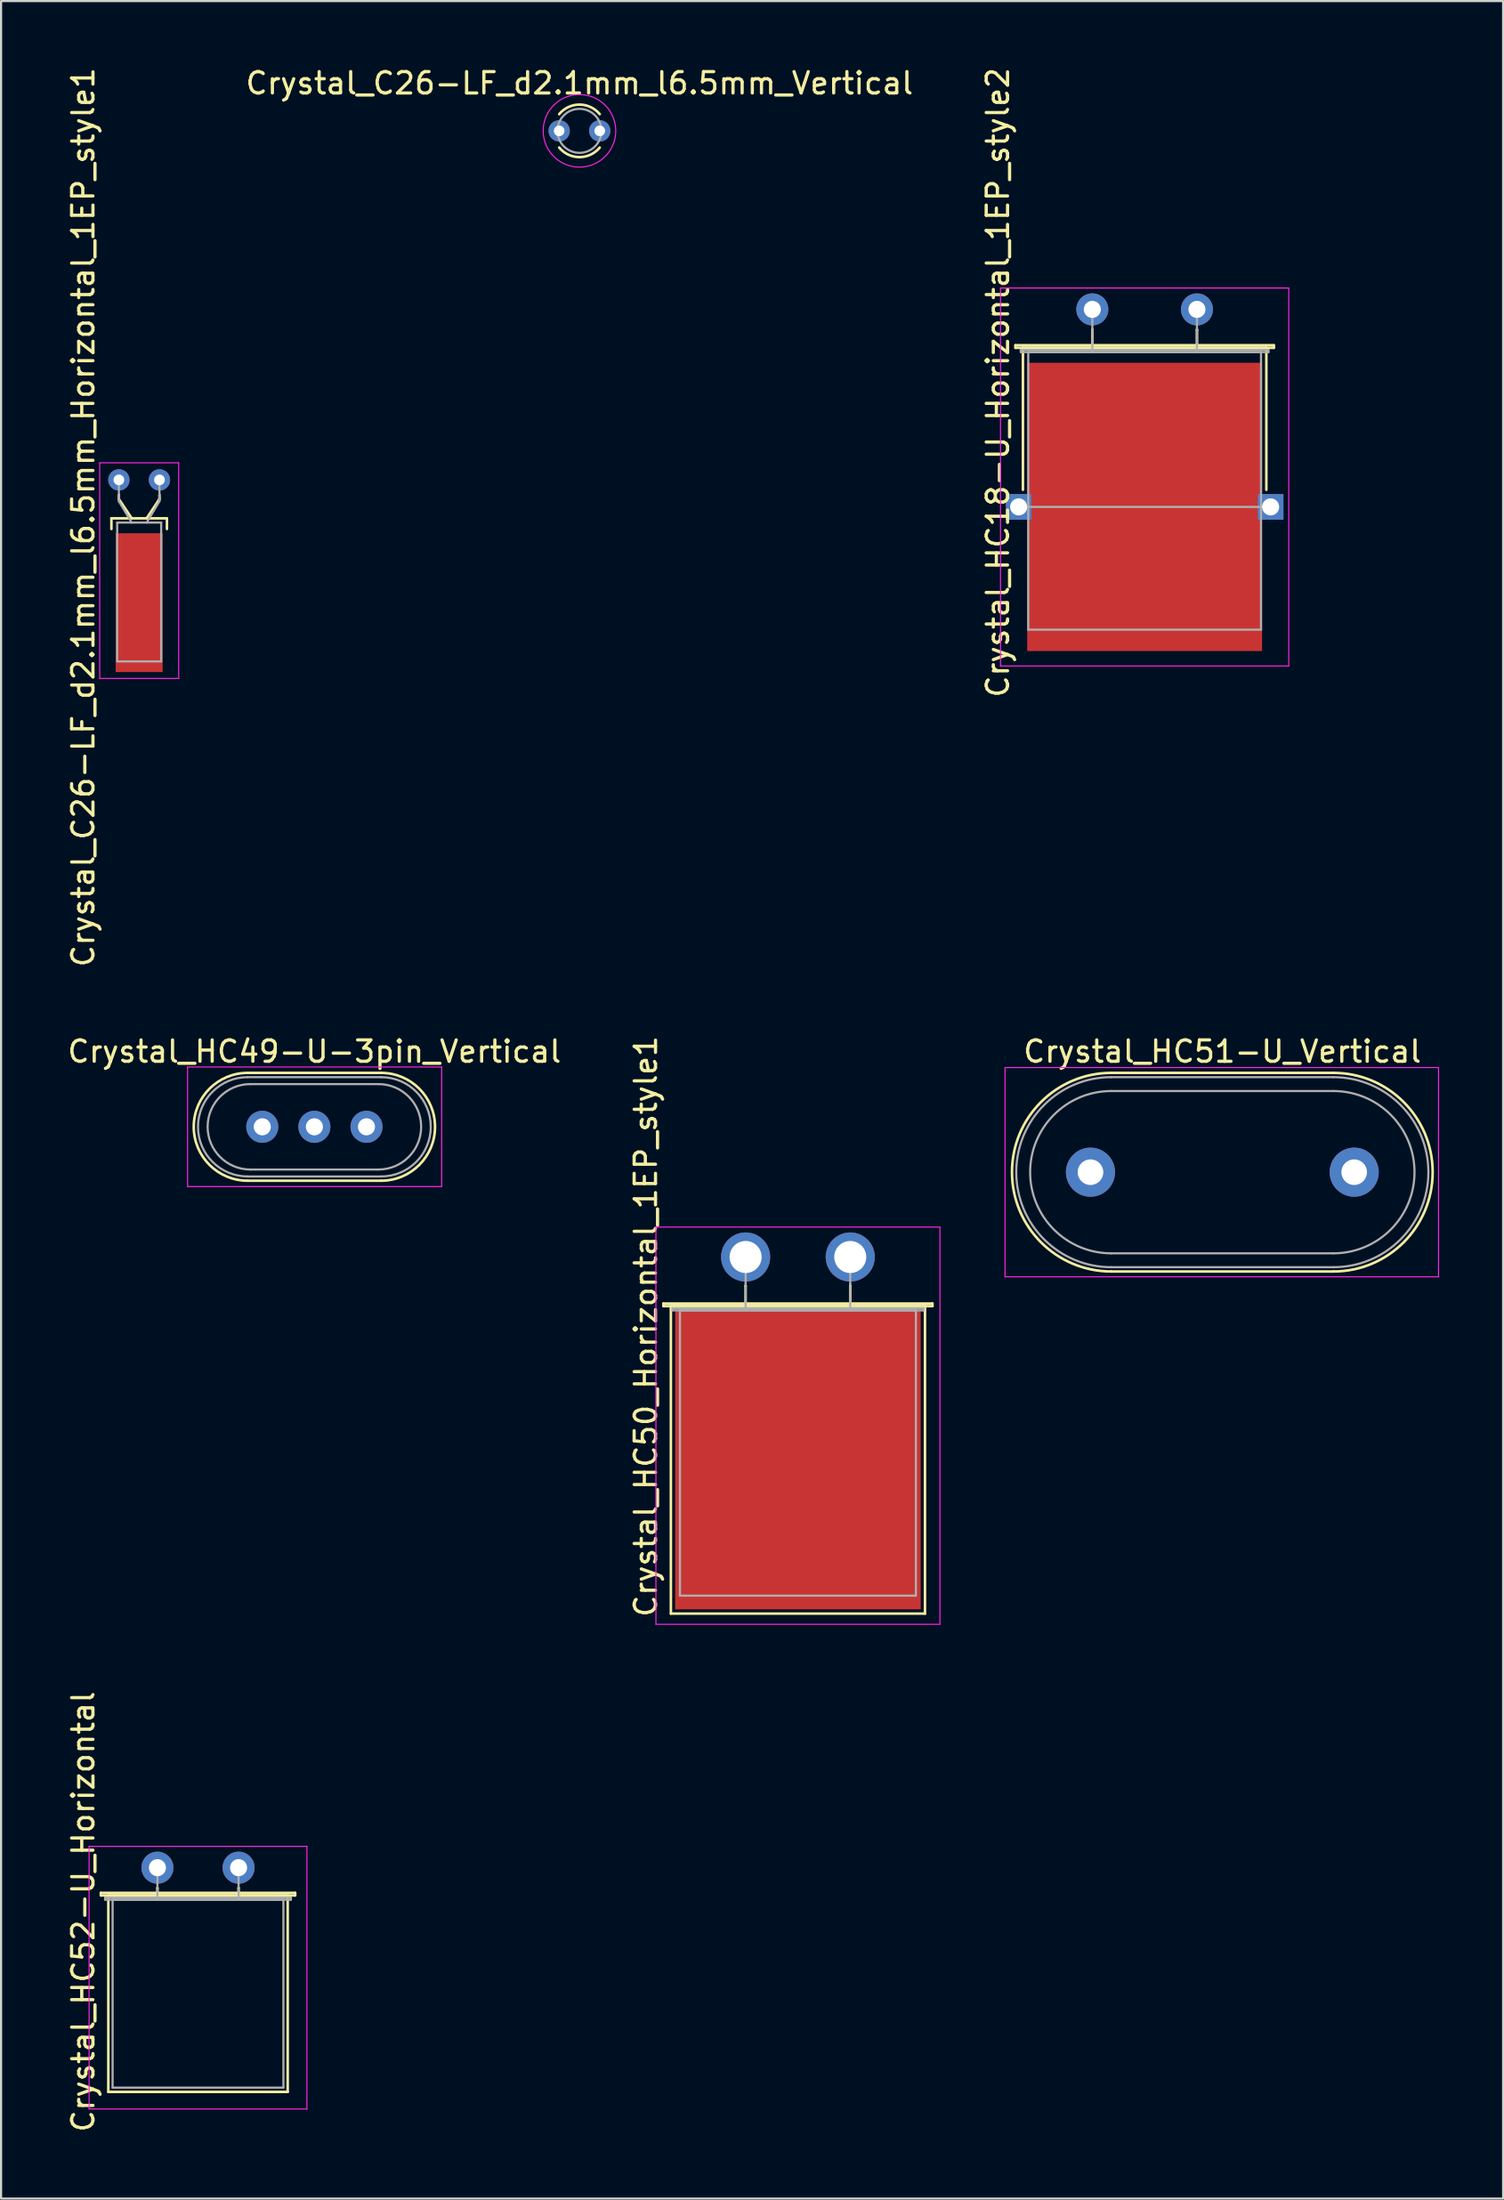
<source format=kicad_pcb>
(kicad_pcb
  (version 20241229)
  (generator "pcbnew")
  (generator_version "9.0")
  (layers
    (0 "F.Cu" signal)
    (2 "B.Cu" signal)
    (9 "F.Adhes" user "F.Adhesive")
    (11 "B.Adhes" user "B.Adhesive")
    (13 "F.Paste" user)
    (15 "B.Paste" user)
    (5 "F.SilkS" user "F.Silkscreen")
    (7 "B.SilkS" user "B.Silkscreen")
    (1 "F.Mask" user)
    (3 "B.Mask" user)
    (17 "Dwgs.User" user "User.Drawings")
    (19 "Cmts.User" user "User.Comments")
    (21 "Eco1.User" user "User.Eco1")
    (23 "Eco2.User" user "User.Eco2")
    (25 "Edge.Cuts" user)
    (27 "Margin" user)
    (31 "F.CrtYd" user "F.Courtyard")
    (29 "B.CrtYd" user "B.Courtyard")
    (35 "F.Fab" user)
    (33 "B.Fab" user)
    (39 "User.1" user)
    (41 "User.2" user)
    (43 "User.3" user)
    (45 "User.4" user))
  (footprint "Crystal_HC51-U_Vertical"
    (layer "F.Cu")
    (at 48.018 51.843)
    (property "Reference" "Crystal_HC51-U_Vertical" (at 6.175 -5.65 0) (layer "F.SilkS") (effects (font (size 1 1) (thickness 0.15))))
    (attr through_hole)
    (fp_line (start 0.975 -4.65) (end 11.375 -4.65) (stroke (width 0.12) (type solid)) (layer "F.SilkS"))
    (fp_line (start 0.975 4.65) (end 11.375 4.65) (stroke (width 0.12) (type solid)) (layer "F.SilkS"))
    (fp_arc (start 0.975 4.65) (mid -3.675 0) (end 0.975 -4.65) (stroke (width 0.12) (type solid)) (layer "F.SilkS"))
    (fp_arc (start 11.375 -4.65) (mid 16.025 0) (end 11.375 4.65) (stroke (width 0.12) (type solid)) (layer "F.SilkS"))
    (fp_line (start -4 -4.9) (end -4 4.9) (stroke (width 0.05) (type solid)) (layer "F.CrtYd"))
    (fp_line (start -4 4.9) (end 16.3 4.9) (stroke (width 0.05) (type solid)) (layer "F.CrtYd"))
    (fp_line (start 16.3 -4.9) (end -4 -4.9) (stroke (width 0.05) (type solid)) (layer "F.CrtYd"))
    (fp_line (start 16.3 4.9) (end 16.3 -4.9) (stroke (width 0.05) (type solid)) (layer "F.CrtYd"))
    (fp_line (start 0.975 -4.45) (end 11.375 -4.45) (stroke (width 0.1) (type solid)) (layer "F.Fab"))
    (fp_line (start 0.975 -3.8) (end 11.375 -3.8) (stroke (width 0.1) (type solid)) (layer "F.Fab"))
    (fp_line (start 0.975 3.8) (end 11.375 3.8) (stroke (width 0.1) (type solid)) (layer "F.Fab"))
    (fp_line (start 0.975 4.45) (end 11.375 4.45) (stroke (width 0.1) (type solid)) (layer "F.Fab"))
    (fp_arc (start 0.975 3.8) (mid -2.825 0) (end 0.975 -3.8) (stroke (width 0.1) (type solid)) (layer "F.Fab"))
    (fp_arc (start 0.975 4.45) (mid -3.475 0) (end 0.975 -4.45) (stroke (width 0.1) (type solid)) (layer "F.Fab"))
    (fp_arc (start 11.375 -4.45) (mid 15.825 0) (end 11.375 4.45) (stroke (width 0.1) (type solid)) (layer "F.Fab"))
    (fp_arc (start 11.375 -3.8) (mid 15.175 0) (end 11.375 3.8) (stroke (width 0.1) (type solid)) (layer "F.Fab"))
    (pad "1" thru_hole circle (at 0 0) (size 2.3 2.3) (drill 1.2) (layers "*.Cu" "*.Mask"))
    (pad "2" thru_hole circle (at 12.35 0) (size 2.3 2.3) (drill 1.2) (layers "*.Cu" "*.Mask")))
  (footprint "Crystal_C26-LF_d2.1mm_l6.5mm_Horizontal_1EP_style1"
    (layer "F.Cu")
    (at 2.518 19.423)
    (property "Reference" "Crystal_C26-LF_d2.1mm_l6.5mm_Horizontal_1EP_style1" (at -1.67 1.75 90) (layer "F.SilkS") (effects (font (size 1 1) (thickness 0.15))))
    (attr through_hole)
    (fp_line (start -0.35 1.8) (end 2.25 1.8) (stroke (width 0.12) (type solid)) (layer "F.SilkS"))
    (fp_line (start -0.35 2.3) (end -0.35 1.8) (stroke (width 0.12) (type solid)) (layer "F.SilkS"))
    (fp_line (start 0 0.9) (end 0 0.7) (stroke (width 0.12) (type solid)) (layer "F.SilkS"))
    (fp_line (start 0.6 1.8) (end 0 0.9) (stroke (width 0.12) (type solid)) (layer "F.SilkS"))
    (fp_line (start 1.3 1.8) (end 1.9 0.9) (stroke (width 0.12) (type solid)) (layer "F.SilkS"))
    (fp_line (start 1.9 0.9) (end 1.9 0.7) (stroke (width 0.12) (type solid)) (layer "F.SilkS"))
    (fp_line (start 2.25 1.8) (end 2.25 2.3) (stroke (width 0.12) (type solid)) (layer "F.SilkS"))
    (fp_line (start -0.9 -0.8) (end -0.9 9.3) (stroke (width 0.05) (type solid)) (layer "F.CrtYd"))
    (fp_line (start -0.9 9.3) (end 2.8 9.3) (stroke (width 0.05) (type solid)) (layer "F.CrtYd"))
    (fp_line (start 2.8 -0.8) (end -0.9 -0.8) (stroke (width 0.05) (type solid)) (layer "F.CrtYd"))
    (fp_line (start 2.8 9.3) (end 2.8 -0.8) (stroke (width 0.05) (type solid)) (layer "F.CrtYd"))
    (fp_line (start -0.08 2) (end -0.08 8.5) (stroke (width 0.1) (type solid)) (layer "F.Fab"))
    (fp_line (start -0.08 8.5) (end 1.98 8.5) (stroke (width 0.1) (type solid)) (layer "F.Fab"))
    (fp_line (start 0 1) (end 0 0) (stroke (width 0.1) (type solid)) (layer "F.Fab"))
    (fp_line (start 0.6 2) (end 0 1) (stroke (width 0.1) (type solid)) (layer "F.Fab"))
    (fp_line (start 1.3 2) (end 1.9 1) (stroke (width 0.1) (type solid)) (layer "F.Fab"))
    (fp_line (start 1.9 1) (end 1.9 0) (stroke (width 0.1) (type solid)) (layer "F.Fab"))
    (fp_line (start 1.98 2) (end -0.08 2) (stroke (width 0.1) (type solid)) (layer "F.Fab"))
    (fp_line (start 1.98 8.5) (end 1.98 2) (stroke (width 0.1) (type solid)) (layer "F.Fab"))
    (pad "1" thru_hole circle (at 0 0) (size 1 1) (drill 0.5) (layers "*.Cu" "*.Mask"))
    (pad "2" thru_hole circle (at 1.9 0) (size 1 1) (drill 0.5) (layers "*.Cu" "*.Mask"))
    (pad "3" smd rect (at 0.95 5.75) (size 2.2 6.5) (layers "F.Cu" "F.Mask")))
  (footprint "Crystal_HC52-U_Horizontal"
    (layer "F.Cu")
    (at 4.323 84.413)
    (property "Reference" "Crystal_HC52-U_Horizontal" (at -3.475 2.062 90) (layer "F.SilkS") (effects (font (size 1 1) (thickness 0.15))))
    (attr through_hole)
    (fp_line (start -2.65 1.18) (end 6.45 1.18) (stroke (width 0.12) (type solid)) (layer "F.SilkS"))
    (fp_line (start -2.65 1.3) (end -2.65 1.18) (stroke (width 0.12) (type solid)) (layer "F.SilkS"))
    (fp_line (start -2.3 1.3) (end -2.3 10.5) (stroke (width 0.12) (type solid)) (layer "F.SilkS"))
    (fp_line (start -2.3 10.5) (end 6.1 10.5) (stroke (width 0.12) (type solid)) (layer "F.SilkS"))
    (fp_line (start 0 0.95) (end 0 0.95) (stroke (width 0.12) (type solid)) (layer "F.SilkS"))
    (fp_line (start 0 1.3) (end 0 0.95) (stroke (width 0.12) (type solid)) (layer "F.SilkS"))
    (fp_line (start 3.8 0.95) (end 3.8 0.95) (stroke (width 0.12) (type solid)) (layer "F.SilkS"))
    (fp_line (start 3.8 1.3) (end 3.8 0.95) (stroke (width 0.12) (type solid)) (layer "F.SilkS"))
    (fp_line (start 6.1 1.3) (end -2.3 1.3) (stroke (width 0.12) (type solid)) (layer "F.SilkS"))
    (fp_line (start 6.1 10.5) (end 6.1 1.3) (stroke (width 0.12) (type solid)) (layer "F.SilkS"))
    (fp_line (start 6.45 1.18) (end 6.45 1.3) (stroke (width 0.12) (type solid)) (layer "F.SilkS"))
    (fp_line (start 6.45 1.3) (end -2.65 1.3) (stroke (width 0.12) (type solid)) (layer "F.SilkS"))
    (fp_line (start -3.2 -1) (end -3.2 11.3) (stroke (width 0.05) (type solid)) (layer "F.CrtYd"))
    (fp_line (start -3.2 11.3) (end 7 11.3) (stroke (width 0.05) (type solid)) (layer "F.CrtYd"))
    (fp_line (start 7 -1) (end -3.2 -1) (stroke (width 0.05) (type solid)) (layer "F.CrtYd"))
    (fp_line (start 7 11.3) (end 7 -1) (stroke (width 0.05) (type solid)) (layer "F.CrtYd"))
    (fp_line (start -2.45 1.4) (end 6.25 1.4) (stroke (width 0.1) (type solid)) (layer "F.Fab"))
    (fp_line (start -2.45 1.5) (end -2.45 1.4) (stroke (width 0.1) (type solid)) (layer "F.Fab"))
    (fp_line (start -2.1 1.5) (end -2.1 10.3) (stroke (width 0.1) (type solid)) (layer "F.Fab"))
    (fp_line (start -2.1 10.3) (end 5.9 10.3) (stroke (width 0.1) (type solid)) (layer "F.Fab"))
    (fp_line (start 0 0.75) (end 0 0) (stroke (width 0.1) (type solid)) (layer "F.Fab"))
    (fp_line (start 0 1.5) (end 0 0.75) (stroke (width 0.1) (type solid)) (layer "F.Fab"))
    (fp_line (start 3.8 0.75) (end 3.8 0) (stroke (width 0.1) (type solid)) (layer "F.Fab"))
    (fp_line (start 3.8 1.5) (end 3.8 0.75) (stroke (width 0.1) (type solid)) (layer "F.Fab"))
    (fp_line (start 5.9 1.5) (end -2.1 1.5) (stroke (width 0.1) (type solid)) (layer "F.Fab"))
    (fp_line (start 5.9 10.3) (end 5.9 1.5) (stroke (width 0.1) (type solid)) (layer "F.Fab"))
    (fp_line (start 6.25 1.4) (end 6.25 1.5) (stroke (width 0.1) (type solid)) (layer "F.Fab"))
    (fp_line (start 6.25 1.5) (end -2.45 1.5) (stroke (width 0.1) (type solid)) (layer "F.Fab"))
    (pad "1" thru_hole circle (at 0 0) (size 1.5 1.5) (drill 0.8) (layers "*.Cu" "*.Mask"))
    (pad "2" thru_hole circle (at 3.8 0) (size 1.5 1.5) (drill 0.8) (layers "*.Cu" "*.Mask")))
  (footprint "Crystal_C26-LF_d2.1mm_l6.5mm_Vertical"
    (layer "F.Cu")
    (at 23.137 3.078)
    (property "Reference" "Crystal_C26-LF_d2.1mm_l6.5mm_Vertical" (at 0.95 -2.23 0) (layer "F.SilkS") (effects (font (size 1 1) (thickness 0.15))))
    (attr through_hole)
    (fp_arc (start 0 -0.781281) (mid 0.949655 -1.23) (end 1.899561 -0.781814) (stroke (width 0.12) (type solid)) (layer "F.SilkS"))
    (fp_arc (start 1.899561 0.781814) (mid 0.949655 1.23) (end 0 0.781281) (stroke (width 0.12) (type solid)) (layer "F.SilkS"))
    (fp_circle (center 0.95 0) (end 2.65 0) (stroke (width 0.05) (type solid)) (fill no) (layer "F.CrtYd"))
    (fp_circle (center 0.95 0) (end 1.98 0) (stroke (width 0.1) (type solid)) (fill no) (layer "F.Fab"))
    (pad "1" thru_hole circle (at 0 0) (size 1 1) (drill 0.5) (layers "*.Cu" "*.Mask"))
    (pad "2" thru_hole circle (at 1.9 0) (size 1 1) (drill 0.5) (layers "*.Cu" "*.Mask")))
  (footprint "Crystal_HC18-U_Horizontal_1EP_style2"
    (layer "F.Cu")
    (at 48.105 11.438)
    (property "Reference" "Crystal_HC18-U_Horizontal_1EP_style2" (at -4.425 3.425 90) (layer "F.SilkS") (effects (font (size 1 1) (thickness 0.15))))
    (attr through_hole)
    (fp_line (start -3.6 1.68) (end 8.5 1.68) (stroke (width 0.12) (type solid)) (layer "F.SilkS"))
    (fp_line (start -3.6 1.8) (end -3.6 1.68) (stroke (width 0.12) (type solid)) (layer "F.SilkS"))
    (fp_line (start -3.25 1.8) (end 8.15 1.8) (stroke (width 0.12) (type solid)) (layer "F.SilkS"))
    (fp_line (start -3.25 8.45) (end -3.25 1.8) (stroke (width 0.12) (type solid)) (layer "F.SilkS"))
    (fp_line (start 0 0.95) (end 0 0.95) (stroke (width 0.12) (type solid)) (layer "F.SilkS"))
    (fp_line (start 0 1.8) (end 0 0.95) (stroke (width 0.12) (type solid)) (layer "F.SilkS"))
    (fp_line (start 4.9 0.95) (end 4.9 0.95) (stroke (width 0.12) (type solid)) (layer "F.SilkS"))
    (fp_line (start 4.9 1.8) (end 4.9 0.95) (stroke (width 0.12) (type solid)) (layer "F.SilkS"))
    (fp_line (start 8.15 1.8) (end 8.15 8.45) (stroke (width 0.12) (type solid)) (layer "F.SilkS"))
    (fp_line (start 8.5 1.68) (end 8.5 1.8) (stroke (width 0.12) (type solid)) (layer "F.SilkS"))
    (fp_line (start 8.5 1.8) (end -3.6 1.8) (stroke (width 0.12) (type solid)) (layer "F.SilkS"))
    (fp_line (start -4.3 -1) (end -4.3 16.7) (stroke (width 0.05) (type solid)) (layer "F.CrtYd"))
    (fp_line (start -4.3 16.7) (end 9.2 16.7) (stroke (width 0.05) (type solid)) (layer "F.CrtYd"))
    (fp_line (start 9.2 -1) (end -4.3 -1) (stroke (width 0.05) (type solid)) (layer "F.CrtYd"))
    (fp_line (start 9.2 16.7) (end 9.2 -1) (stroke (width 0.05) (type solid)) (layer "F.CrtYd"))
    (fp_line (start -3.45 9.25) (end 8.35 9.25) (stroke (width 0.1) (type solid)) (layer "F.Fab"))
    (fp_line (start -3.35 1.9) (end 8.25 1.9) (stroke (width 0.1) (type solid)) (layer "F.Fab"))
    (fp_line (start -3.35 2) (end -3.35 1.9) (stroke (width 0.1) (type solid)) (layer "F.Fab"))
    (fp_line (start -3 2) (end -3 15) (stroke (width 0.1) (type solid)) (layer "F.Fab"))
    (fp_line (start -3 15) (end 7.9 15) (stroke (width 0.1) (type solid)) (layer "F.Fab"))
    (fp_line (start 0 1) (end 0 0) (stroke (width 0.1) (type solid)) (layer "F.Fab"))
    (fp_line (start 0 2) (end 0 1) (stroke (width 0.1) (type solid)) (layer "F.Fab"))
    (fp_line (start 4.9 1) (end 4.9 0) (stroke (width 0.1) (type solid)) (layer "F.Fab"))
    (fp_line (start 4.9 2) (end 4.9 1) (stroke (width 0.1) (type solid)) (layer "F.Fab"))
    (fp_line (start 7.9 2) (end -3 2) (stroke (width 0.1) (type solid)) (layer "F.Fab"))
    (fp_line (start 7.9 15) (end 7.9 2) (stroke (width 0.1) (type solid)) (layer "F.Fab"))
    (fp_line (start 8.25 1.9) (end 8.25 2) (stroke (width 0.1) (type solid)) (layer "F.Fab"))
    (fp_line (start 8.25 2) (end -3.35 2) (stroke (width 0.1) (type solid)) (layer "F.Fab"))
    (pad "1" thru_hole circle (at 0 0) (size 1.5 1.5) (drill 0.8) (layers "*.Cu" "*.Mask"))
    (pad "2" thru_hole circle (at 4.9 0) (size 1.5 1.5) (drill 0.8) (layers "*.Cu" "*.Mask"))
    (pad "3" thru_hole rect (at -3.45 9.25) (size 1.2 1.2) (drill 0.8) (layers "*.Cu" "*.Mask"))
    (pad "3" smd rect (at 2.45 9.25) (size 11 13.5) (layers "F.Cu" "F.Mask"))
    (pad "3" thru_hole rect (at 8.35 9.25) (size 1.2 1.2) (drill 0.8) (layers "*.Cu" "*.Mask")))
  (footprint "Crystal_HC49-U-3pin_Vertical"
    (layer "F.Cu")
    (at 9.233 49.718)
    (property "Reference" "Crystal_HC49-U-3pin_Vertical" (at 2.44 -3.525 0) (layer "F.SilkS") (effects (font (size 1 1) (thickness 0.15))))
    (attr through_hole)
    (fp_line (start -0.685 -2.525) (end 5.565 -2.525) (stroke (width 0.12) (type solid)) (layer "F.SilkS"))
    (fp_line (start -0.685 2.525) (end 5.565 2.525) (stroke (width 0.12) (type solid)) (layer "F.SilkS"))
    (fp_arc (start -0.685 2.525) (mid -3.21 0) (end -0.685 -2.525) (stroke (width 0.12) (type solid)) (layer "F.SilkS"))
    (fp_arc (start 5.565 -2.525) (mid 8.09 0) (end 5.565 2.525) (stroke (width 0.12) (type solid)) (layer "F.SilkS"))
    (fp_line (start -3.5 -2.8) (end -3.5 2.8) (stroke (width 0.05) (type solid)) (layer "F.CrtYd"))
    (fp_line (start -3.5 2.8) (end 8.4 2.8) (stroke (width 0.05) (type solid)) (layer "F.CrtYd"))
    (fp_line (start 8.4 -2.8) (end -3.5 -2.8) (stroke (width 0.05) (type solid)) (layer "F.CrtYd"))
    (fp_line (start 8.4 2.8) (end 8.4 -2.8) (stroke (width 0.05) (type solid)) (layer "F.CrtYd"))
    (fp_line (start -0.685 -2.325) (end 5.565 -2.325) (stroke (width 0.1) (type solid)) (layer "F.Fab"))
    (fp_line (start -0.685 2.325) (end 5.565 2.325) (stroke (width 0.1) (type solid)) (layer "F.Fab"))
    (fp_line (start -0.56 -2) (end 5.44 -2) (stroke (width 0.1) (type solid)) (layer "F.Fab"))
    (fp_line (start -0.56 2) (end 5.44 2) (stroke (width 0.1) (type solid)) (layer "F.Fab"))
    (fp_arc (start -0.685 2.325) (mid -3.01 0) (end -0.685 -2.325) (stroke (width 0.1) (type solid)) (layer "F.Fab"))
    (fp_arc (start -0.56 2) (mid -2.56 0) (end -0.56 -2) (stroke (width 0.1) (type solid)) (layer "F.Fab"))
    (fp_arc (start 5.44 -2) (mid 7.44 0) (end 5.44 2) (stroke (width 0.1) (type solid)) (layer "F.Fab"))
    (fp_arc (start 5.565 -2.325) (mid 7.89 0) (end 5.565 2.325) (stroke (width 0.1) (type solid)) (layer "F.Fab"))
    (pad "1" thru_hole circle (at 0 0) (size 1.5 1.5) (drill 0.8) (layers "*.Cu" "*.Mask"))
    (pad "2" thru_hole circle (at 2.44 0) (size 1.5 1.5) (drill 0.8) (layers "*.Cu" "*.Mask"))
    (pad "3" thru_hole circle (at 4.88 0) (size 1.5 1.5) (drill 0.8) (layers "*.Cu" "*.Mask")))
  (footprint "Crystal_HC50_Horizontal_1EP_style1"
    (layer "F.Cu")
    (at 31.868 55.815)
    (property "Reference" "Crystal_HC50_Horizontal_1EP_style1" (at -4.675 3.25 90) (layer "F.SilkS") (effects (font (size 1 1) (thickness 0.15))))
    (attr through_hole)
    (fp_line (start -3.85 2.18) (end 8.75 2.18) (stroke (width 0.12) (type solid)) (layer "F.SilkS"))
    (fp_line (start -3.85 2.3) (end -3.85 2.18) (stroke (width 0.12) (type solid)) (layer "F.SilkS"))
    (fp_line (start -3.5 2.3) (end -3.5 16.7) (stroke (width 0.12) (type solid)) (layer "F.SilkS"))
    (fp_line (start -3.5 16.7) (end 8.4 16.7) (stroke (width 0.12) (type solid)) (layer "F.SilkS"))
    (fp_line (start 0 1.35) (end 0 1.35) (stroke (width 0.12) (type solid)) (layer "F.SilkS"))
    (fp_line (start 0 2.3) (end 0 1.35) (stroke (width 0.12) (type solid)) (layer "F.SilkS"))
    (fp_line (start 4.9 1.35) (end 4.9 1.35) (stroke (width 0.12) (type solid)) (layer "F.SilkS"))
    (fp_line (start 4.9 2.3) (end 4.9 1.35) (stroke (width 0.12) (type solid)) (layer "F.SilkS"))
    (fp_line (start 8.4 2.3) (end -3.5 2.3) (stroke (width 0.12) (type solid)) (layer "F.SilkS"))
    (fp_line (start 8.4 16.7) (end 8.4 2.3) (stroke (width 0.12) (type solid)) (layer "F.SilkS"))
    (fp_line (start 8.75 2.18) (end 8.75 2.3) (stroke (width 0.12) (type solid)) (layer "F.SilkS"))
    (fp_line (start 8.75 2.3) (end -3.85 2.3) (stroke (width 0.12) (type solid)) (layer "F.SilkS"))
    (fp_line (start -4.2 -1.4) (end -4.2 17.2) (stroke (width 0.05) (type solid)) (layer "F.CrtYd"))
    (fp_line (start -4.2 17.2) (end 9.1 17.2) (stroke (width 0.05) (type solid)) (layer "F.CrtYd"))
    (fp_line (start 9.1 -1.4) (end -4.2 -1.4) (stroke (width 0.05) (type solid)) (layer "F.CrtYd"))
    (fp_line (start 9.1 17.2) (end 9.1 -1.4) (stroke (width 0.05) (type solid)) (layer "F.CrtYd"))
    (fp_line (start -3.425 2.4) (end 8.325 2.4) (stroke (width 0.1) (type solid)) (layer "F.Fab"))
    (fp_line (start -3.425 2.5) (end -3.425 2.4) (stroke (width 0.1) (type solid)) (layer "F.Fab"))
    (fp_line (start -3.075 2.5) (end -3.075 15.86) (stroke (width 0.1) (type solid)) (layer "F.Fab"))
    (fp_line (start -3.075 15.86) (end 7.975 15.86) (stroke (width 0.1) (type solid)) (layer "F.Fab"))
    (fp_line (start 0 1.25) (end 0 0) (stroke (width 0.1) (type solid)) (layer "F.Fab"))
    (fp_line (start 0 2.5) (end 0 1.25) (stroke (width 0.1) (type solid)) (layer "F.Fab"))
    (fp_line (start 4.9 1.25) (end 4.9 0) (stroke (width 0.1) (type solid)) (layer "F.Fab"))
    (fp_line (start 4.9 2.5) (end 4.9 1.25) (stroke (width 0.1) (type solid)) (layer "F.Fab"))
    (fp_line (start 7.975 2.5) (end -3.075 2.5) (stroke (width 0.1) (type solid)) (layer "F.Fab"))
    (fp_line (start 7.975 15.86) (end 7.975 2.5) (stroke (width 0.1) (type solid)) (layer "F.Fab"))
    (fp_line (start 8.325 2.4) (end 8.325 2.5) (stroke (width 0.1) (type solid)) (layer "F.Fab"))
    (fp_line (start 8.325 2.5) (end -3.425 2.5) (stroke (width 0.1) (type solid)) (layer "F.Fab"))
    (pad "1" thru_hole circle (at 0 0) (size 2.3 2.3) (drill 1.5) (layers "*.Cu" "*.Mask"))
    (pad "2" thru_hole circle (at 4.9 0) (size 2.3 2.3) (drill 1.5) (layers "*.Cu" "*.Mask"))
    (pad "3" smd rect (at 2.45 9.5) (size 11.5 14) (layers "F.Cu" "F.Mask")))
  (gr_rect
    (start -3 -3)
    (end 67.343 99.91)
    (stroke (width 0.1) (type default))
    (fill no)
    (layer "Edge.Cuts")))
</source>
